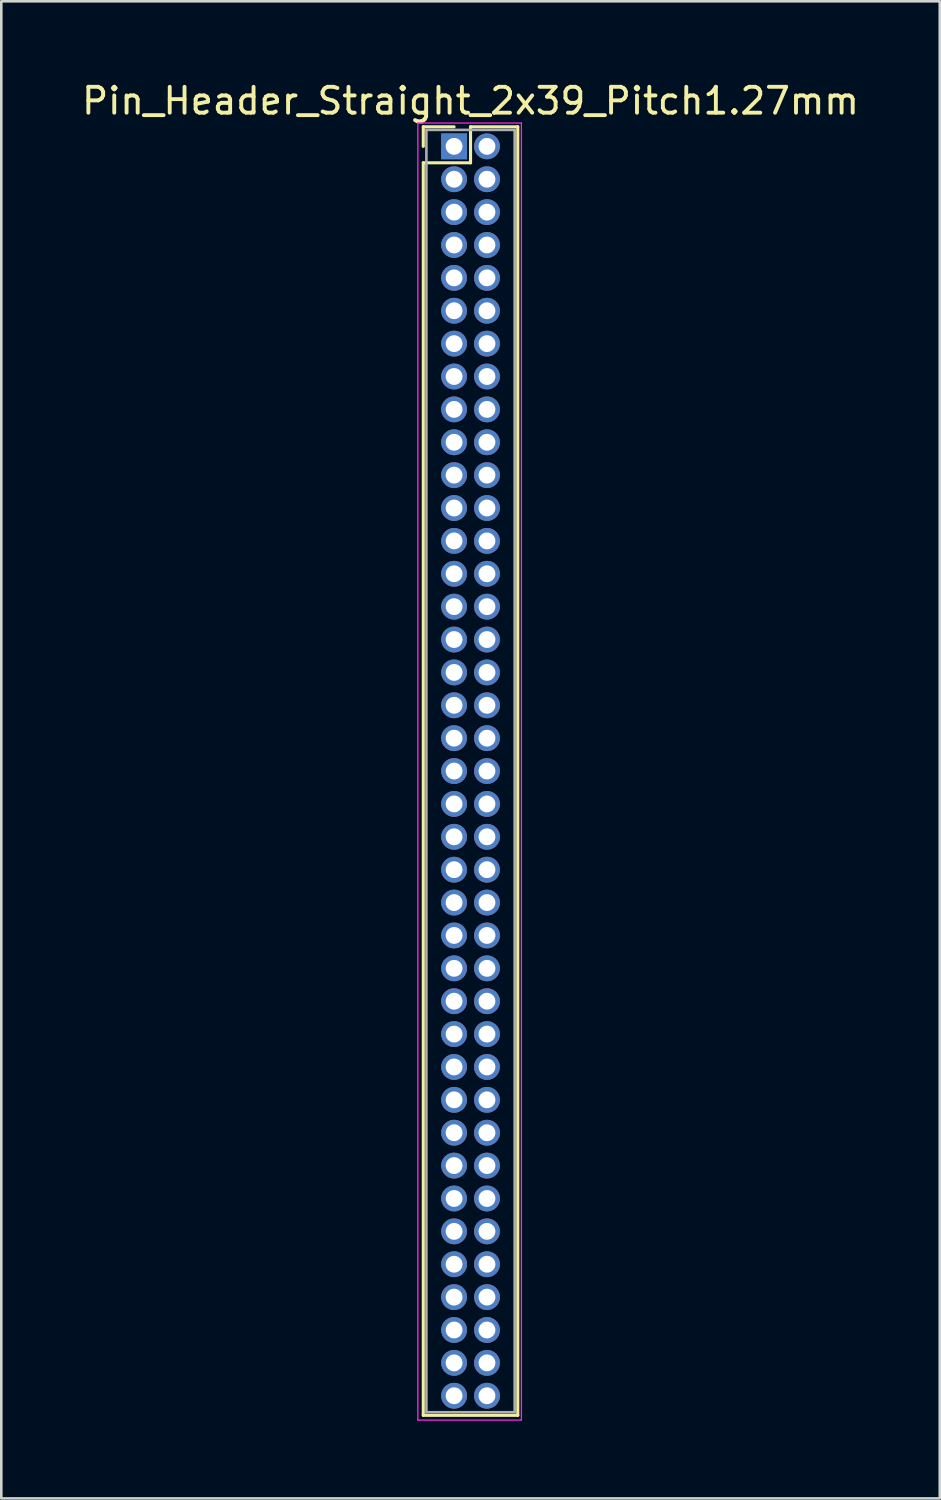
<source format=kicad_pcb>
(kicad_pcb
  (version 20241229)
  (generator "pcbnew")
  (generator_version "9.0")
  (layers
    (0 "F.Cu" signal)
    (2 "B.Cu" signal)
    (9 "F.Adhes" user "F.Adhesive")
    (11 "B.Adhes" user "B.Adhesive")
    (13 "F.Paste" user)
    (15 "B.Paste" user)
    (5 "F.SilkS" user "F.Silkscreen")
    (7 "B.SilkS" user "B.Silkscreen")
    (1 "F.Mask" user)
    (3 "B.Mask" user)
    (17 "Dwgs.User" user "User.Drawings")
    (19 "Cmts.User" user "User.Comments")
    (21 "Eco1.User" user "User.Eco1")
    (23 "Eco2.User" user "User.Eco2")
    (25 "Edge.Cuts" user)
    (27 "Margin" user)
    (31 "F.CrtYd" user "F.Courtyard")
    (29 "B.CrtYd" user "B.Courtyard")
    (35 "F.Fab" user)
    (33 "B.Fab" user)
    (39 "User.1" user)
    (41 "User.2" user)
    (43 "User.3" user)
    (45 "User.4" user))
  (footprint "Pin_Header_Straight_2x39_Pitch1.27mm"
    (layer "F.Cu")
    (at 14.49 2.603)
    (property "Reference" "Pin_Header_Straight_2x39_Pitch1.27mm" (at 0.635 -1.755 0) (layer "F.SilkS") (effects (font (size 1 1) (thickness 0.15))))
    (attr through_hole)
    (fp_line (start -1.19 -0.755) (end 0 -0.755) (stroke (width 0.12) (type solid)) (layer "F.SilkS"))
    (fp_line (start -1.19 0) (end -1.19 -0.755) (stroke (width 0.12) (type solid)) (layer "F.SilkS"))
    (fp_line (start -1.19 0.635) (end -1.19 49.015) (stroke (width 0.12) (type solid)) (layer "F.SilkS"))
    (fp_line (start -1.19 49.015) (end 2.46 49.015) (stroke (width 0.12) (type solid)) (layer "F.SilkS"))
    (fp_line (start 0.635 -0.755) (end 0.635 0.635) (stroke (width 0.12) (type solid)) (layer "F.SilkS"))
    (fp_line (start 0.635 0.635) (end -1.19 0.635) (stroke (width 0.12) (type solid)) (layer "F.SilkS"))
    (fp_line (start 2.46 -0.755) (end 0.635 -0.755) (stroke (width 0.12) (type solid)) (layer "F.SilkS"))
    (fp_line (start 2.46 49.015) (end 2.46 -0.755) (stroke (width 0.12) (type solid)) (layer "F.SilkS"))
    (fp_line (start -1.4 -0.9) (end -1.4 49.2) (stroke (width 0.05) (type solid)) (layer "F.CrtYd"))
    (fp_line (start -1.4 49.2) (end 2.6 49.2) (stroke (width 0.05) (type solid)) (layer "F.CrtYd"))
    (fp_line (start 2.6 -0.9) (end -1.4 -0.9) (stroke (width 0.05) (type solid)) (layer "F.CrtYd"))
    (fp_line (start 2.6 49.2) (end 2.6 -0.9) (stroke (width 0.05) (type solid)) (layer "F.CrtYd"))
    (fp_line (start -1.07 -0.635) (end -1.07 48.895) (stroke (width 0.1) (type solid)) (layer "F.Fab"))
    (fp_line (start -1.07 48.895) (end 2.34 48.895) (stroke (width 0.1) (type solid)) (layer "F.Fab"))
    (fp_line (start 2.34 -0.635) (end -1.07 -0.635) (stroke (width 0.1) (type solid)) (layer "F.Fab"))
    (fp_line (start 2.34 48.895) (end 2.34 -0.635) (stroke (width 0.1) (type solid)) (layer "F.Fab"))
    (pad "1" thru_hole rect (at 0 0) (size 1 1) (drill 0.65) (layers "*.Cu" "*.Mask"))
    (pad "2" thru_hole oval (at 1.27 0) (size 1 1) (drill 0.65) (layers "*.Cu" "*.Mask"))
    (pad "3" thru_hole oval (at 0 1.27) (size 1 1) (drill 0.65) (layers "*.Cu" "*.Mask"))
    (pad "4" thru_hole oval (at 1.27 1.27) (size 1 1) (drill 0.65) (layers "*.Cu" "*.Mask"))
    (pad "5" thru_hole oval (at 0 2.54) (size 1 1) (drill 0.65) (layers "*.Cu" "*.Mask"))
    (pad "6" thru_hole oval (at 1.27 2.54) (size 1 1) (drill 0.65) (layers "*.Cu" "*.Mask"))
    (pad "7" thru_hole oval (at 0 3.81) (size 1 1) (drill 0.65) (layers "*.Cu" "*.Mask"))
    (pad "8" thru_hole oval (at 1.27 3.81) (size 1 1) (drill 0.65) (layers "*.Cu" "*.Mask"))
    (pad "9" thru_hole oval (at 0 5.08) (size 1 1) (drill 0.65) (layers "*.Cu" "*.Mask"))
    (pad "10" thru_hole oval (at 1.27 5.08) (size 1 1) (drill 0.65) (layers "*.Cu" "*.Mask"))
    (pad "11" thru_hole oval (at 0 6.35) (size 1 1) (drill 0.65) (layers "*.Cu" "*.Mask"))
    (pad "12" thru_hole oval (at 1.27 6.35) (size 1 1) (drill 0.65) (layers "*.Cu" "*.Mask"))
    (pad "13" thru_hole oval (at 0 7.62) (size 1 1) (drill 0.65) (layers "*.Cu" "*.Mask"))
    (pad "14" thru_hole oval (at 1.27 7.62) (size 1 1) (drill 0.65) (layers "*.Cu" "*.Mask"))
    (pad "15" thru_hole oval (at 0 8.89) (size 1 1) (drill 0.65) (layers "*.Cu" "*.Mask"))
    (pad "16" thru_hole oval (at 1.27 8.89) (size 1 1) (drill 0.65) (layers "*.Cu" "*.Mask"))
    (pad "17" thru_hole oval (at 0 10.16) (size 1 1) (drill 0.65) (layers "*.Cu" "*.Mask"))
    (pad "18" thru_hole oval (at 1.27 10.16) (size 1 1) (drill 0.65) (layers "*.Cu" "*.Mask"))
    (pad "19" thru_hole oval (at 0 11.43) (size 1 1) (drill 0.65) (layers "*.Cu" "*.Mask"))
    (pad "20" thru_hole oval (at 1.27 11.43) (size 1 1) (drill 0.65) (layers "*.Cu" "*.Mask"))
    (pad "21" thru_hole oval (at 0 12.7) (size 1 1) (drill 0.65) (layers "*.Cu" "*.Mask"))
    (pad "22" thru_hole oval (at 1.27 12.7) (size 1 1) (drill 0.65) (layers "*.Cu" "*.Mask"))
    (pad "23" thru_hole oval (at 0 13.97) (size 1 1) (drill 0.65) (layers "*.Cu" "*.Mask"))
    (pad "24" thru_hole oval (at 1.27 13.97) (size 1 1) (drill 0.65) (layers "*.Cu" "*.Mask"))
    (pad "25" thru_hole oval (at 0 15.24) (size 1 1) (drill 0.65) (layers "*.Cu" "*.Mask"))
    (pad "26" thru_hole oval (at 1.27 15.24) (size 1 1) (drill 0.65) (layers "*.Cu" "*.Mask"))
    (pad "27" thru_hole oval (at 0 16.51) (size 1 1) (drill 0.65) (layers "*.Cu" "*.Mask"))
    (pad "28" thru_hole oval (at 1.27 16.51) (size 1 1) (drill 0.65) (layers "*.Cu" "*.Mask"))
    (pad "29" thru_hole oval (at 0 17.78) (size 1 1) (drill 0.65) (layers "*.Cu" "*.Mask"))
    (pad "30" thru_hole oval (at 1.27 17.78) (size 1 1) (drill 0.65) (layers "*.Cu" "*.Mask"))
    (pad "31" thru_hole oval (at 0 19.05) (size 1 1) (drill 0.65) (layers "*.Cu" "*.Mask"))
    (pad "32" thru_hole oval (at 1.27 19.05) (size 1 1) (drill 0.65) (layers "*.Cu" "*.Mask"))
    (pad "33" thru_hole oval (at 0 20.32) (size 1 1) (drill 0.65) (layers "*.Cu" "*.Mask"))
    (pad "34" thru_hole oval (at 1.27 20.32) (size 1 1) (drill 0.65) (layers "*.Cu" "*.Mask"))
    (pad "35" thru_hole oval (at 0 21.59) (size 1 1) (drill 0.65) (layers "*.Cu" "*.Mask"))
    (pad "36" thru_hole oval (at 1.27 21.59) (size 1 1) (drill 0.65) (layers "*.Cu" "*.Mask"))
    (pad "37" thru_hole oval (at 0 22.86) (size 1 1) (drill 0.65) (layers "*.Cu" "*.Mask"))
    (pad "38" thru_hole oval (at 1.27 22.86) (size 1 1) (drill 0.65) (layers "*.Cu" "*.Mask"))
    (pad "39" thru_hole oval (at 0 24.13) (size 1 1) (drill 0.65) (layers "*.Cu" "*.Mask"))
    (pad "40" thru_hole oval (at 1.27 24.13) (size 1 1) (drill 0.65) (layers "*.Cu" "*.Mask"))
    (pad "41" thru_hole oval (at 0 25.4) (size 1 1) (drill 0.65) (layers "*.Cu" "*.Mask"))
    (pad "42" thru_hole oval (at 1.27 25.4) (size 1 1) (drill 0.65) (layers "*.Cu" "*.Mask"))
    (pad "43" thru_hole oval (at 0 26.67) (size 1 1) (drill 0.65) (layers "*.Cu" "*.Mask"))
    (pad "44" thru_hole oval (at 1.27 26.67) (size 1 1) (drill 0.65) (layers "*.Cu" "*.Mask"))
    (pad "45" thru_hole oval (at 0 27.94) (size 1 1) (drill 0.65) (layers "*.Cu" "*.Mask"))
    (pad "46" thru_hole oval (at 1.27 27.94) (size 1 1) (drill 0.65) (layers "*.Cu" "*.Mask"))
    (pad "47" thru_hole oval (at 0 29.21) (size 1 1) (drill 0.65) (layers "*.Cu" "*.Mask"))
    (pad "48" thru_hole oval (at 1.27 29.21) (size 1 1) (drill 0.65) (layers "*.Cu" "*.Mask"))
    (pad "49" thru_hole oval (at 0 30.48) (size 1 1) (drill 0.65) (layers "*.Cu" "*.Mask"))
    (pad "50" thru_hole oval (at 1.27 30.48) (size 1 1) (drill 0.65) (layers "*.Cu" "*.Mask"))
    (pad "51" thru_hole oval (at 0 31.75) (size 1 1) (drill 0.65) (layers "*.Cu" "*.Mask"))
    (pad "52" thru_hole oval (at 1.27 31.75) (size 1 1) (drill 0.65) (layers "*.Cu" "*.Mask"))
    (pad "53" thru_hole oval (at 0 33.02) (size 1 1) (drill 0.65) (layers "*.Cu" "*.Mask"))
    (pad "54" thru_hole oval (at 1.27 33.02) (size 1 1) (drill 0.65) (layers "*.Cu" "*.Mask"))
    (pad "55" thru_hole oval (at 0 34.29) (size 1 1) (drill 0.65) (layers "*.Cu" "*.Mask"))
    (pad "56" thru_hole oval (at 1.27 34.29) (size 1 1) (drill 0.65) (layers "*.Cu" "*.Mask"))
    (pad "57" thru_hole oval (at 0 35.56) (size 1 1) (drill 0.65) (layers "*.Cu" "*.Mask"))
    (pad "58" thru_hole oval (at 1.27 35.56) (size 1 1) (drill 0.65) (layers "*.Cu" "*.Mask"))
    (pad "59" thru_hole oval (at 0 36.83) (size 1 1) (drill 0.65) (layers "*.Cu" "*.Mask"))
    (pad "60" thru_hole oval (at 1.27 36.83) (size 1 1) (drill 0.65) (layers "*.Cu" "*.Mask"))
    (pad "61" thru_hole oval (at 0 38.1) (size 1 1) (drill 0.65) (layers "*.Cu" "*.Mask"))
    (pad "62" thru_hole oval (at 1.27 38.1) (size 1 1) (drill 0.65) (layers "*.Cu" "*.Mask"))
    (pad "63" thru_hole oval (at 0 39.37) (size 1 1) (drill 0.65) (layers "*.Cu" "*.Mask"))
    (pad "64" thru_hole oval (at 1.27 39.37) (size 1 1) (drill 0.65) (layers "*.Cu" "*.Mask"))
    (pad "65" thru_hole oval (at 0 40.64) (size 1 1) (drill 0.65) (layers "*.Cu" "*.Mask"))
    (pad "66" thru_hole oval (at 1.27 40.64) (size 1 1) (drill 0.65) (layers "*.Cu" "*.Mask"))
    (pad "67" thru_hole oval (at 0 41.91) (size 1 1) (drill 0.65) (layers "*.Cu" "*.Mask"))
    (pad "68" thru_hole oval (at 1.27 41.91) (size 1 1) (drill 0.65) (layers "*.Cu" "*.Mask"))
    (pad "69" thru_hole oval (at 0 43.18) (size 1 1) (drill 0.65) (layers "*.Cu" "*.Mask"))
    (pad "70" thru_hole oval (at 1.27 43.18) (size 1 1) (drill 0.65) (layers "*.Cu" "*.Mask"))
    (pad "71" thru_hole oval (at 0 44.45) (size 1 1) (drill 0.65) (layers "*.Cu" "*.Mask"))
    (pad "72" thru_hole oval (at 1.27 44.45) (size 1 1) (drill 0.65) (layers "*.Cu" "*.Mask"))
    (pad "73" thru_hole oval (at 0 45.72) (size 1 1) (drill 0.65) (layers "*.Cu" "*.Mask"))
    (pad "74" thru_hole oval (at 1.27 45.72) (size 1 1) (drill 0.65) (layers "*.Cu" "*.Mask"))
    (pad "75" thru_hole oval (at 0 46.99) (size 1 1) (drill 0.65) (layers "*.Cu" "*.Mask"))
    (pad "76" thru_hole oval (at 1.27 46.99) (size 1 1) (drill 0.65) (layers "*.Cu" "*.Mask"))
    (pad "77" thru_hole oval (at 0 48.26) (size 1 1) (drill 0.65) (layers "*.Cu" "*.Mask"))
    (pad "78" thru_hole oval (at 1.27 48.26) (size 1 1) (drill 0.65) (layers "*.Cu" "*.Mask")))
  (gr_rect
    (start -3 -3)
    (end 33.25 54.828)
    (stroke (width 0.1) (type default))
    (fill no)
    (layer "Edge.Cuts")))
</source>
